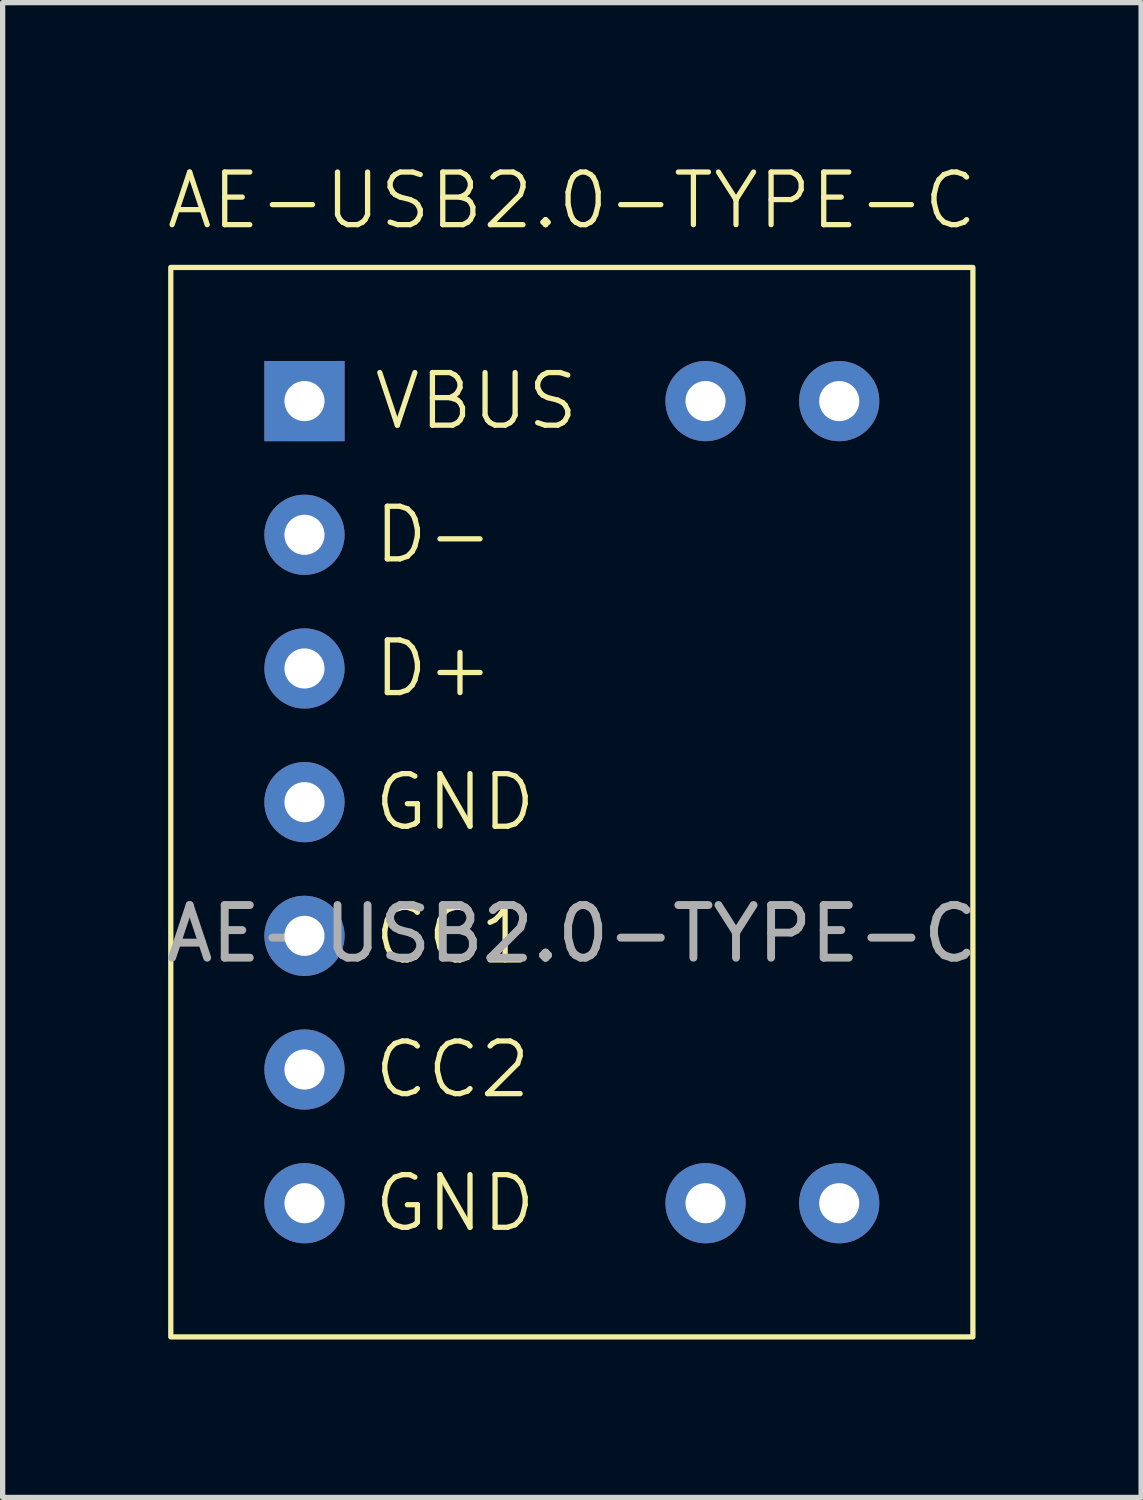
<source format=kicad_pcb>
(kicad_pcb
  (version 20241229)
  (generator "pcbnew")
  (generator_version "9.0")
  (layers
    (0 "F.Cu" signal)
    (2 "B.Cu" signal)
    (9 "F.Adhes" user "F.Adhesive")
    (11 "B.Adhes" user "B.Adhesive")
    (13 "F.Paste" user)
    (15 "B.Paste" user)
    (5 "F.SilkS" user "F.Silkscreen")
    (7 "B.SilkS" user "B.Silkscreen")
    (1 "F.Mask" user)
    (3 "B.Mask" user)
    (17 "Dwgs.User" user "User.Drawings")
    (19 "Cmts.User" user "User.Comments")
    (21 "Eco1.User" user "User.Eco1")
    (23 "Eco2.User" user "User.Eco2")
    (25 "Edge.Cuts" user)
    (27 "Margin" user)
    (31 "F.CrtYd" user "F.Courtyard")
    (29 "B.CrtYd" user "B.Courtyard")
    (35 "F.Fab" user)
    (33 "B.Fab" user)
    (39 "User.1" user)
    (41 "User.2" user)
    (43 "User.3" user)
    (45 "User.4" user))
  (footprint "AE-USB2.0-TYPE-C"
    (layer "F.Cu")
    (at 7.815 12.191)
    (property "Reference" "AE-USB2.0-TYPE-C" (at 0 -11.43 0) (unlocked yes) (layer "F.SilkS") (effects (font (size 1 1) (thickness 0.1))))
    (attr through_hole)
    (fp_rect (start -7.62 -10.16) (end 7.62 10.16) (stroke (width 0.1) (type default)) (fill no) (layer "F.SilkS"))
    (fp_text user "CC2" (at -3.81 5.08 0) (unlocked yes) (layer "F.SilkS") (effects (font (size 1 1) (thickness 0.1)) (justify left)))
    (fp_text user "GND" (at -3.81 0 0) (unlocked yes) (layer "F.SilkS") (effects (font (size 1 1) (thickness 0.1)) (justify left)))
    (fp_text user "D-" (at -3.81 -5.08 0) (unlocked yes) (layer "F.SilkS") (effects (font (size 1 1) (thickness 0.1)) (justify left)))
    (fp_text user "D+" (at -3.81 -2.54 0) (unlocked yes) (layer "F.SilkS") (effects (font (size 1 1) (thickness 0.1)) (justify left)))
    (fp_text user "VBUS" (at -3.81 -7.62 0) (unlocked yes) (layer "F.SilkS") (effects (font (size 1 1) (thickness 0.1)) (justify left)))
    (fp_text user "CC1" (at -3.81 2.54 0) (unlocked yes) (layer "F.SilkS") (effects (font (size 1 1) (thickness 0.1)) (justify left)))
    (fp_text user "GND" (at -3.81 7.62 0) (unlocked yes) (layer "F.SilkS") (effects (font (size 1 1) (thickness 0.1)) (justify left)))
    (fp_text user "${REFERENCE}" (at 0 2.5 0) (unlocked yes) (layer "F.Fab") (effects (font (size 1 1) (thickness 0.15))))
    (pad "1" thru_hole rect (at -5.08 -7.62) (size 1.524 1.524) (drill 0.762) (layers "*.Cu" "*.Mask"))
    (pad "2" thru_hole circle (at -5.08 -5.08) (size 1.524 1.524) (drill 0.762) (layers "*.Cu" "*.Mask"))
    (pad "3" thru_hole circle (at -5.08 -2.54) (size 1.524 1.524) (drill 0.762) (layers "*.Cu" "*.Mask"))
    (pad "4" thru_hole circle (at -5.08 0) (size 1.524 1.524) (drill 0.762) (layers "*.Cu" "*.Mask"))
    (pad "5" thru_hole circle (at -5.08 2.54) (size 1.524 1.524) (drill 0.762) (layers "*.Cu" "*.Mask"))
    (pad "6" thru_hole circle (at -5.08 5.08) (size 1.524 1.524) (drill 0.762) (layers "*.Cu" "*.Mask"))
    (pad "7" thru_hole circle (at -5.08 7.62) (size 1.524 1.524) (drill 0.762) (layers "*.Cu" "*.Mask"))
    (pad "F" thru_hole circle (at 2.54 -7.62) (size 1.524 1.524) (drill 0.762) (layers "*.Cu" "*.Mask"))
    (pad "F" thru_hole circle (at 2.54 7.62) (size 1.524 1.524) (drill 0.762) (layers "*.Cu" "*.Mask"))
    (pad "F" thru_hole circle (at 5.08 -7.62) (size 1.524 1.524) (drill 0.762) (layers "*.Cu" "*.Mask"))
    (pad "F" thru_hole circle (at 5.08 7.62) (size 1.524 1.524) (drill 0.762) (layers "*.Cu" "*.Mask")))
  (gr_rect
    (start -3 -3)
    (end 18.631 25.401)
    (stroke (width 0.1) (type default))
    (fill no)
    (layer "Edge.Cuts")))
</source>
